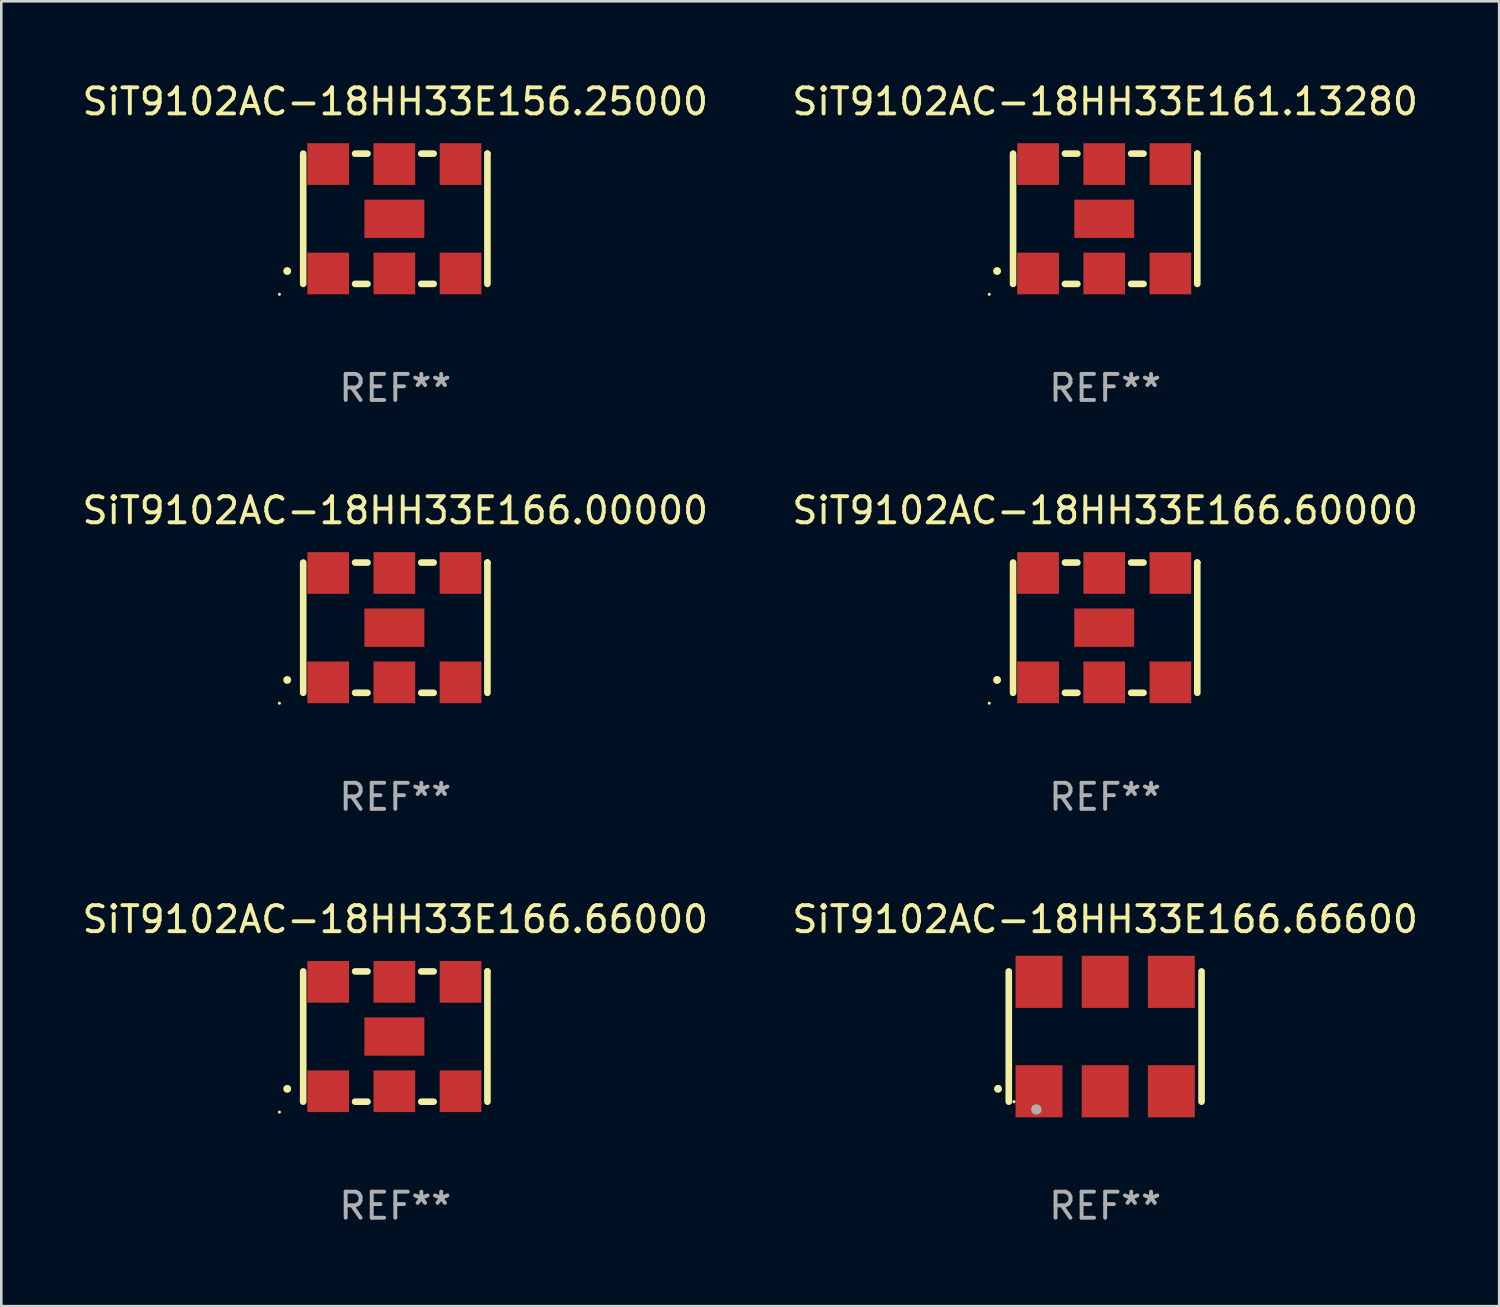
<source format=kicad_pcb>
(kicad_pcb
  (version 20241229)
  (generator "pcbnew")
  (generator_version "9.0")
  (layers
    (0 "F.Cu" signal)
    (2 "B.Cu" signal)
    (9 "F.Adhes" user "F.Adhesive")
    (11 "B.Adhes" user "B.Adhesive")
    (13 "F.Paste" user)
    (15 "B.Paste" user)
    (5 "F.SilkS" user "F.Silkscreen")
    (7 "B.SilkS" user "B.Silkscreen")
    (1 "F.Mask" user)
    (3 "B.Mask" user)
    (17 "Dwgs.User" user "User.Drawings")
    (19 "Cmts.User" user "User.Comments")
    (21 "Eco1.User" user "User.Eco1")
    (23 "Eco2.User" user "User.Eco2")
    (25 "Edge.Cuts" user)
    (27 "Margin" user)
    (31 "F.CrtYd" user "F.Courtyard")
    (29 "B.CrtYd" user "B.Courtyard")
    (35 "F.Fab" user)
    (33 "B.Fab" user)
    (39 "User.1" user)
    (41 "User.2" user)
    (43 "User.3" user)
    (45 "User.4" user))
  (footprint "SiT9102AC-18HH33E166.60000"
    (layer "F.Cu")
    (at 39.375 21.045)
    (property "Reference" "SiT9102AC-18HH33E166.60000" (at 0 -4.5 0) (layer "F.SilkS") (effects (font (size 1 1) (thickness 0.15))))
    (attr through_hole)
    (fp_line (start -3.536 -2.5) (end -3.536 2.5) (stroke (width 0.254) (type solid)) (layer "F.SilkS"))
    (fp_line (start -1.544 2.5) (end -1.067 2.5) (stroke (width 0.254) (type solid)) (layer "F.SilkS"))
    (fp_line (start -1.067 -2.5) (end -1.544 -2.5) (stroke (width 0.254) (type solid)) (layer "F.SilkS"))
    (fp_line (start 0.996 2.5) (end 1.473 2.5) (stroke (width 0.254) (type solid)) (layer "F.SilkS"))
    (fp_line (start 1.473 -2.5) (end 0.996 -2.5) (stroke (width 0.254) (type solid)) (layer "F.SilkS"))
    (fp_line (start 3.536 -2.5) (end 3.536 -2.5) (stroke (width 0.254) (type solid)) (layer "F.SilkS"))
    (fp_line (start 3.536 2.5) (end 3.536 -2.5) (stroke (width 0.254) (type solid)) (layer "F.SilkS"))
    (fp_arc (start -4.150432 2.006604) (mid -4.149162 2.006599) (end -4.147892 2.006604) (stroke (width 0.3) (type solid)) (layer "F.SilkS"))
    (fp_circle (center -4.449 2.9) (end -4.419 2.9) (stroke (width 0.06) (type solid)) (fill no) (layer "F.SilkS"))
    (fp_text user "REF**" (at 0 6.5 0) (layer "F.Fab") (effects (font (size 1 1) (thickness 0.15))))
    (pad "1" smd rect (at -2.576 2.1) (size 1.6 1.6) (layers "F.Cu" "F.Mask" "F.Paste"))
    (pad "2" smd rect (at -0.036 2.1) (size 1.6 1.6) (layers "F.Cu" "F.Mask" "F.Paste"))
    (pad "3" smd rect (at 2.504 2.1) (size 1.6 1.6) (layers "F.Cu" "F.Mask" "F.Paste"))
    (pad "4" smd rect (at 2.504 -2.1) (size 1.6 1.6) (layers "F.Cu" "F.Mask" "F.Paste"))
    (pad "5" smd rect (at -0.036 -2.1) (size 1.6 1.6) (layers "F.Cu" "F.Mask" "F.Paste"))
    (pad "6" smd rect (at -2.576 -2.1) (size 1.6 1.6) (layers "F.Cu" "F.Mask" "F.Paste"))
    (pad "7" smd rect (at -0.036 0) (size 2.3 1.47) (layers "F.Cu" "F.Mask" "F.Paste")))
  (footprint "SiT9102AC-18HH33E166.00000"
    (layer "F.Cu")
    (at 12.125 21.045)
    (property "Reference" "SiT9102AC-18HH33E166.00000" (at 0 -4.5 0) (layer "F.SilkS") (effects (font (size 1 1) (thickness 0.15))))
    (attr through_hole)
    (fp_line (start -3.536 -2.5) (end -3.536 2.5) (stroke (width 0.254) (type solid)) (layer "F.SilkS"))
    (fp_line (start -1.544 2.5) (end -1.067 2.5) (stroke (width 0.254) (type solid)) (layer "F.SilkS"))
    (fp_line (start -1.067 -2.5) (end -1.544 -2.5) (stroke (width 0.254) (type solid)) (layer "F.SilkS"))
    (fp_line (start 0.996 2.5) (end 1.473 2.5) (stroke (width 0.254) (type solid)) (layer "F.SilkS"))
    (fp_line (start 1.473 -2.5) (end 0.996 -2.5) (stroke (width 0.254) (type solid)) (layer "F.SilkS"))
    (fp_line (start 3.536 -2.5) (end 3.536 -2.5) (stroke (width 0.254) (type solid)) (layer "F.SilkS"))
    (fp_line (start 3.536 2.5) (end 3.536 -2.5) (stroke (width 0.254) (type solid)) (layer "F.SilkS"))
    (fp_arc (start -4.150432 2.006604) (mid -4.149162 2.006599) (end -4.147892 2.006604) (stroke (width 0.3) (type solid)) (layer "F.SilkS"))
    (fp_circle (center -4.449 2.9) (end -4.419 2.9) (stroke (width 0.06) (type solid)) (fill no) (layer "F.SilkS"))
    (fp_text user "REF**" (at 0 6.5 0) (layer "F.Fab") (effects (font (size 1 1) (thickness 0.15))))
    (pad "1" smd rect (at -2.576 2.1) (size 1.6 1.6) (layers "F.Cu" "F.Mask" "F.Paste"))
    (pad "2" smd rect (at -0.036 2.1) (size 1.6 1.6) (layers "F.Cu" "F.Mask" "F.Paste"))
    (pad "3" smd rect (at 2.504 2.1) (size 1.6 1.6) (layers "F.Cu" "F.Mask" "F.Paste"))
    (pad "4" smd rect (at 2.504 -2.1) (size 1.6 1.6) (layers "F.Cu" "F.Mask" "F.Paste"))
    (pad "5" smd rect (at -0.036 -2.1) (size 1.6 1.6) (layers "F.Cu" "F.Mask" "F.Paste"))
    (pad "6" smd rect (at -2.576 -2.1) (size 1.6 1.6) (layers "F.Cu" "F.Mask" "F.Paste"))
    (pad "7" smd rect (at -0.036 0) (size 2.3 1.47) (layers "F.Cu" "F.Mask" "F.Paste")))
  (footprint "SiT9102AC-18HH33E156.25000"
    (layer "F.Cu")
    (at 12.125 5.348)
    (property "Reference" "SiT9102AC-18HH33E156.25000" (at 0 -4.5 0) (layer "F.SilkS") (effects (font (size 1 1) (thickness 0.15))))
    (attr through_hole)
    (fp_line (start -3.536 -2.5) (end -3.536 2.5) (stroke (width 0.254) (type solid)) (layer "F.SilkS"))
    (fp_line (start -1.544 2.5) (end -1.067 2.5) (stroke (width 0.254) (type solid)) (layer "F.SilkS"))
    (fp_line (start -1.067 -2.5) (end -1.544 -2.5) (stroke (width 0.254) (type solid)) (layer "F.SilkS"))
    (fp_line (start 0.996 2.5) (end 1.473 2.5) (stroke (width 0.254) (type solid)) (layer "F.SilkS"))
    (fp_line (start 1.473 -2.5) (end 0.996 -2.5) (stroke (width 0.254) (type solid)) (layer "F.SilkS"))
    (fp_line (start 3.536 -2.5) (end 3.536 -2.5) (stroke (width 0.254) (type solid)) (layer "F.SilkS"))
    (fp_line (start 3.536 2.5) (end 3.536 -2.5) (stroke (width 0.254) (type solid)) (layer "F.SilkS"))
    (fp_arc (start -4.150432 2.006604) (mid -4.149162 2.006599) (end -4.147892 2.006604) (stroke (width 0.3) (type solid)) (layer "F.SilkS"))
    (fp_circle (center -4.449 2.9) (end -4.419 2.9) (stroke (width 0.06) (type solid)) (fill no) (layer "F.SilkS"))
    (fp_text user "REF**" (at 0 6.5 0) (layer "F.Fab") (effects (font (size 1 1) (thickness 0.15))))
    (pad "1" smd rect (at -2.576 2.1) (size 1.6 1.6) (layers "F.Cu" "F.Mask" "F.Paste"))
    (pad "2" smd rect (at -0.036 2.1) (size 1.6 1.6) (layers "F.Cu" "F.Mask" "F.Paste"))
    (pad "3" smd rect (at 2.504 2.1) (size 1.6 1.6) (layers "F.Cu" "F.Mask" "F.Paste"))
    (pad "4" smd rect (at 2.504 -2.1) (size 1.6 1.6) (layers "F.Cu" "F.Mask" "F.Paste"))
    (pad "5" smd rect (at -0.036 -2.1) (size 1.6 1.6) (layers "F.Cu" "F.Mask" "F.Paste"))
    (pad "6" smd rect (at -2.576 -2.1) (size 1.6 1.6) (layers "F.Cu" "F.Mask" "F.Paste"))
    (pad "7" smd rect (at -0.036 0) (size 2.3 1.47) (layers "F.Cu" "F.Mask" "F.Paste")))
  (footprint "SiT9102AC-18HH33E166.66600"
    (layer "F.Cu")
    (at 39.375 36.741)
    (property "Reference" "SiT9102AC-18HH33E166.66600" (at 0 -4.5 0) (layer "F.SilkS") (effects (font (size 1 1) (thickness 0.15))))
    (attr through_hole)
    (fp_line (start -3.7 -2.5) (end -3.7 2.5) (stroke (width 0.254) (type solid)) (layer "F.SilkS"))
    (fp_line (start 3.7 -2.5) (end 3.7 2.5) (stroke (width 0.254) (type solid)) (layer "F.SilkS"))
    (fp_arc (start -4.114415 2.006604) (mid -4.113145 2.006599) (end -4.111875 2.006604) (stroke (width 0.3) (type solid)) (layer "F.SilkS"))
    (fp_circle (center -3.5 2.501) (end -3.47 2.501) (stroke (width 0.06) (type solid)) (fill no) (layer "F.SilkS"))
    (fp_circle (center -2.641 2.799) (end -2.541 2.799) (stroke (width 0.2) (type solid)) (fill no) (layer "F.Fab"))
    (fp_text user "REF**" (at 0 6.5 0) (layer "F.Fab") (effects (font (size 1 1) (thickness 0.15))))
    (pad "1" smd rect (at -2.54 2.1) (size 1.8 2) (layers "F.Cu" "F.Mask" "F.Paste"))
    (pad "2" smd rect (at 0.000394 2.1) (size 1.8 2) (layers "F.Cu" "F.Mask" "F.Paste"))
    (pad "3" smd rect (at 2.54 2.1) (size 1.8 2) (layers "F.Cu" "F.Mask" "F.Paste"))
    (pad "4" smd rect (at 2.54 -2.1) (size 1.8 2) (layers "F.Cu" "F.Mask" "F.Paste"))
    (pad "5" smd rect (at 0.000394 -2.1) (size 1.8 2) (layers "F.Cu" "F.Mask" "F.Paste"))
    (pad "6" smd rect (at -2.54 -2.1) (size 1.8 2) (layers "F.Cu" "F.Mask" "F.Paste")))
  (footprint "SiT9102AC-18HH33E166.66000"
    (layer "F.Cu")
    (at 12.125 36.741)
    (property "Reference" "SiT9102AC-18HH33E166.66000" (at 0 -4.5 0) (layer "F.SilkS") (effects (font (size 1 1) (thickness 0.15))))
    (attr through_hole)
    (fp_line (start -3.536 -2.5) (end -3.536 2.5) (stroke (width 0.254) (type solid)) (layer "F.SilkS"))
    (fp_line (start -1.544 2.5) (end -1.067 2.5) (stroke (width 0.254) (type solid)) (layer "F.SilkS"))
    (fp_line (start -1.067 -2.5) (end -1.544 -2.5) (stroke (width 0.254) (type solid)) (layer "F.SilkS"))
    (fp_line (start 0.996 2.5) (end 1.473 2.5) (stroke (width 0.254) (type solid)) (layer "F.SilkS"))
    (fp_line (start 1.473 -2.5) (end 0.996 -2.5) (stroke (width 0.254) (type solid)) (layer "F.SilkS"))
    (fp_line (start 3.536 -2.5) (end 3.536 -2.5) (stroke (width 0.254) (type solid)) (layer "F.SilkS"))
    (fp_line (start 3.536 2.5) (end 3.536 -2.5) (stroke (width 0.254) (type solid)) (layer "F.SilkS"))
    (fp_arc (start -4.150432 2.006604) (mid -4.149162 2.006599) (end -4.147892 2.006604) (stroke (width 0.3) (type solid)) (layer "F.SilkS"))
    (fp_circle (center -4.449 2.9) (end -4.419 2.9) (stroke (width 0.06) (type solid)) (fill no) (layer "F.SilkS"))
    (fp_text user "REF**" (at 0 6.5 0) (layer "F.Fab") (effects (font (size 1 1) (thickness 0.15))))
    (pad "1" smd rect (at -2.576 2.1) (size 1.6 1.6) (layers "F.Cu" "F.Mask" "F.Paste"))
    (pad "2" smd rect (at -0.036 2.1) (size 1.6 1.6) (layers "F.Cu" "F.Mask" "F.Paste"))
    (pad "3" smd rect (at 2.504 2.1) (size 1.6 1.6) (layers "F.Cu" "F.Mask" "F.Paste"))
    (pad "4" smd rect (at 2.504 -2.1) (size 1.6 1.6) (layers "F.Cu" "F.Mask" "F.Paste"))
    (pad "5" smd rect (at -0.036 -2.1) (size 1.6 1.6) (layers "F.Cu" "F.Mask" "F.Paste"))
    (pad "6" smd rect (at -2.576 -2.1) (size 1.6 1.6) (layers "F.Cu" "F.Mask" "F.Paste"))
    (pad "7" smd rect (at -0.036 0) (size 2.3 1.47) (layers "F.Cu" "F.Mask" "F.Paste")))
  (footprint "SiT9102AC-18HH33E161.13280"
    (layer "F.Cu")
    (at 39.375 5.348)
    (property "Reference" "SiT9102AC-18HH33E161.13280" (at 0 -4.5 0) (layer "F.SilkS") (effects (font (size 1 1) (thickness 0.15))))
    (attr through_hole)
    (fp_line (start -3.536 -2.5) (end -3.536 2.5) (stroke (width 0.254) (type solid)) (layer "F.SilkS"))
    (fp_line (start -1.544 2.5) (end -1.067 2.5) (stroke (width 0.254) (type solid)) (layer "F.SilkS"))
    (fp_line (start -1.067 -2.5) (end -1.544 -2.5) (stroke (width 0.254) (type solid)) (layer "F.SilkS"))
    (fp_line (start 0.996 2.5) (end 1.473 2.5) (stroke (width 0.254) (type solid)) (layer "F.SilkS"))
    (fp_line (start 1.473 -2.5) (end 0.996 -2.5) (stroke (width 0.254) (type solid)) (layer "F.SilkS"))
    (fp_line (start 3.536 -2.5) (end 3.536 -2.5) (stroke (width 0.254) (type solid)) (layer "F.SilkS"))
    (fp_line (start 3.536 2.5) (end 3.536 -2.5) (stroke (width 0.254) (type solid)) (layer "F.SilkS"))
    (fp_arc (start -4.150432 2.006604) (mid -4.149162 2.006599) (end -4.147892 2.006604) (stroke (width 0.3) (type solid)) (layer "F.SilkS"))
    (fp_circle (center -4.449 2.9) (end -4.419 2.9) (stroke (width 0.06) (type solid)) (fill no) (layer "F.SilkS"))
    (fp_text user "REF**" (at 0 6.5 0) (layer "F.Fab") (effects (font (size 1 1) (thickness 0.15))))
    (pad "1" smd rect (at -2.576 2.1) (size 1.6 1.6) (layers "F.Cu" "F.Mask" "F.Paste"))
    (pad "2" smd rect (at -0.036 2.1) (size 1.6 1.6) (layers "F.Cu" "F.Mask" "F.Paste"))
    (pad "3" smd rect (at 2.504 2.1) (size 1.6 1.6) (layers "F.Cu" "F.Mask" "F.Paste"))
    (pad "4" smd rect (at 2.504 -2.1) (size 1.6 1.6) (layers "F.Cu" "F.Mask" "F.Paste"))
    (pad "5" smd rect (at -0.036 -2.1) (size 1.6 1.6) (layers "F.Cu" "F.Mask" "F.Paste"))
    (pad "6" smd rect (at -2.576 -2.1) (size 1.6 1.6) (layers "F.Cu" "F.Mask" "F.Paste"))
    (pad "7" smd rect (at -0.036 0) (size 2.3 1.47) (layers "F.Cu" "F.Mask" "F.Paste")))
  (gr_rect
    (start -3 -3)
    (end 54.5 47.09)
    (stroke (width 0.1) (type default))
    (fill no)
    (layer "Edge.Cuts")))
</source>
